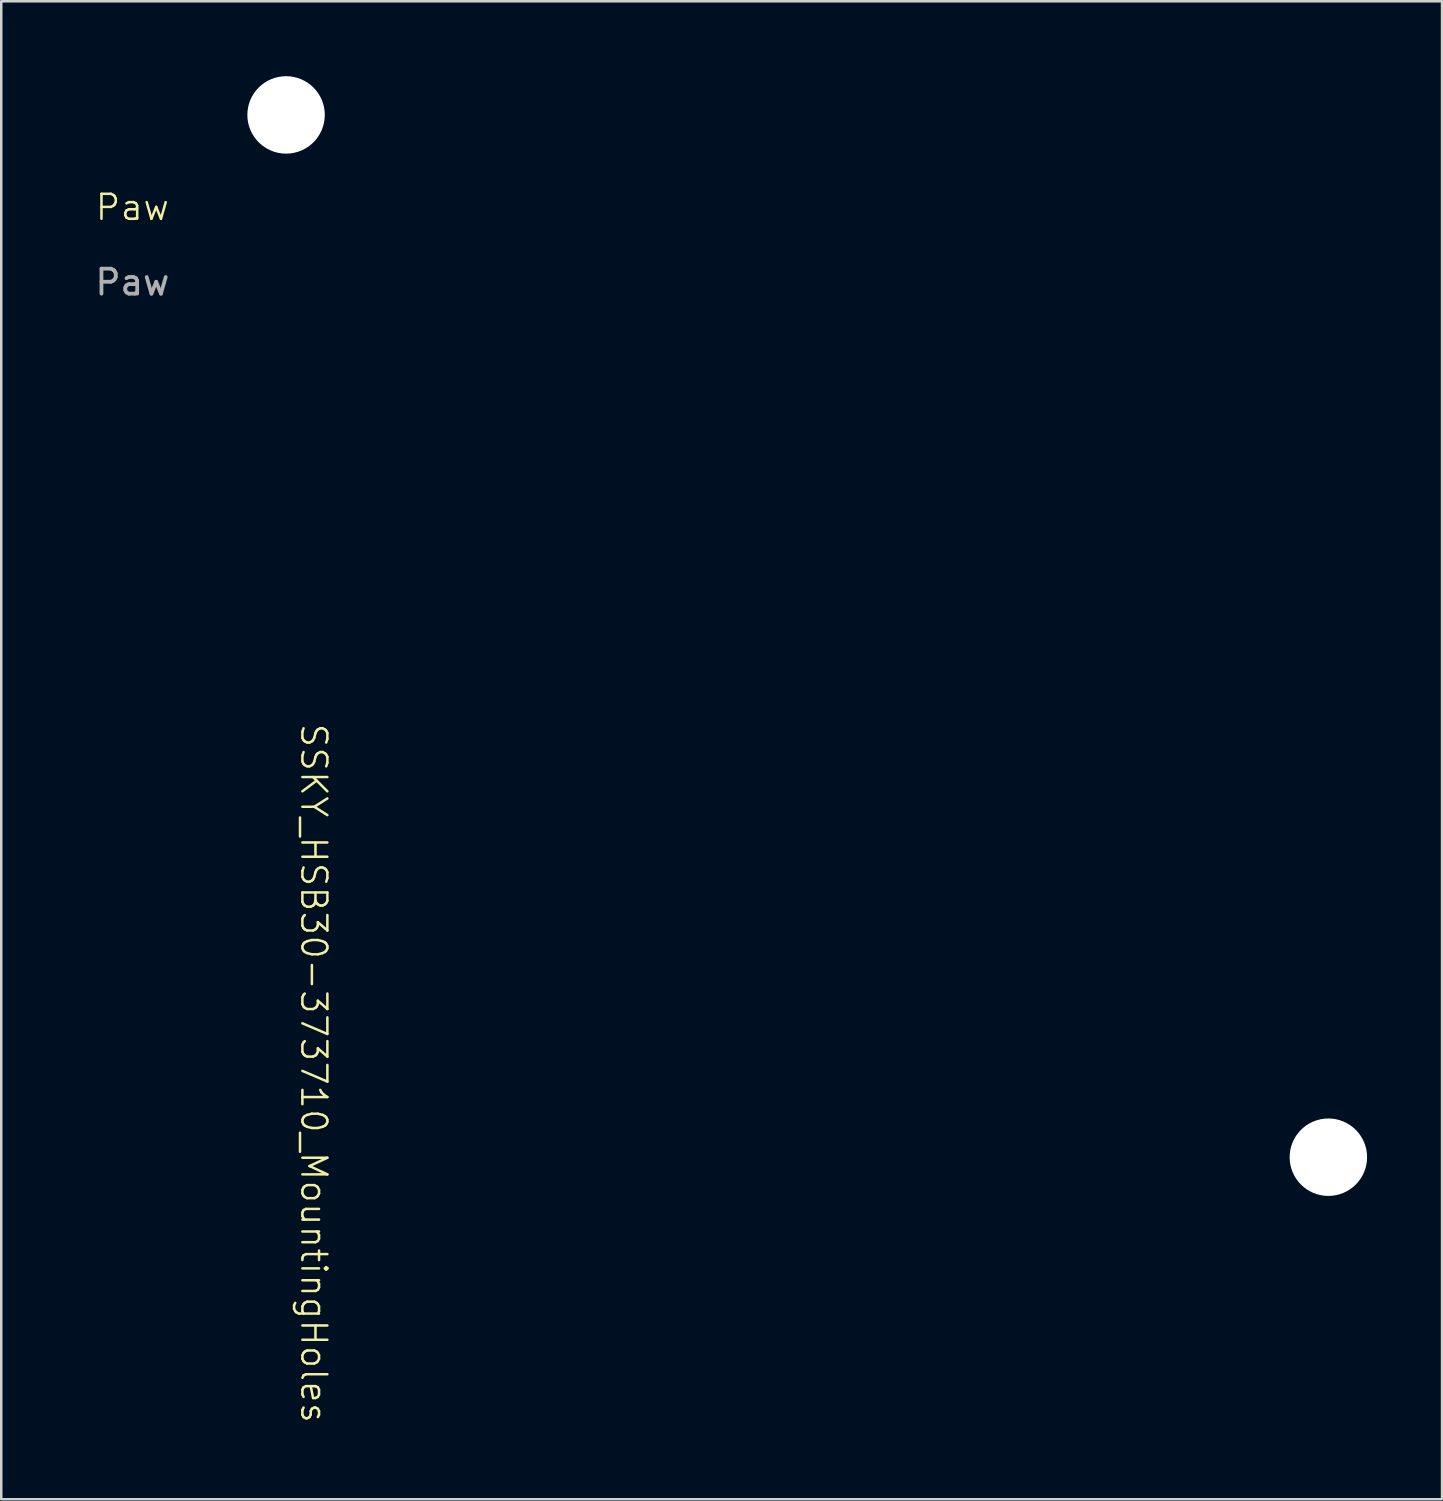
<source format=kicad_pcb>
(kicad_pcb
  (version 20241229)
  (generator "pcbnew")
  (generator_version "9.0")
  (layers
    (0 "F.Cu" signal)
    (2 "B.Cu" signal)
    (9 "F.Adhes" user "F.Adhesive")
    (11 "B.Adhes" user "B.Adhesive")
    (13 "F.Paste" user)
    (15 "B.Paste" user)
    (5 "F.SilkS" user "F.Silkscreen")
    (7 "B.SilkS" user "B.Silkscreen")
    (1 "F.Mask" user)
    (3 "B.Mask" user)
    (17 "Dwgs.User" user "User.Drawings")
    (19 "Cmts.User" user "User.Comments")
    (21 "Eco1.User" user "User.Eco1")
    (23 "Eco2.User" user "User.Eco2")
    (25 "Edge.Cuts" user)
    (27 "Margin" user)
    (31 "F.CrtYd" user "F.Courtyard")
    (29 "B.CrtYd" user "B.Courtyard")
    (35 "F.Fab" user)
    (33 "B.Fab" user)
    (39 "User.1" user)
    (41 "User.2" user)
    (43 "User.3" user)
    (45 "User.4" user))
  (footprint "Paw"
    (layer "F.Cu")
    (at 0.25 0.25)
    (property "Reference" "Paw" (at 2 5 0) (unlocked yes) (layer "F.SilkS") (effects (font (size 1 1) (thickness 0.1))))
    (attr board_only exclude_from_pos_files exclude_from_bom allow_missing_courtyard)
    (fp_poly (pts (xy 0.589 0.000471) (xy 0.6 0.002) (xy 0.612 0.004) (xy 0.623 0.007) (xy 0.635 0.011) (xy 0.646 0.016) (xy 0.656 0.022) (xy 0.667 0.028) (xy 0.677 0.036) (xy 0.687 0.044) (xy 0.706 0.062) (xy 0.724 0.083) (xy 0.741 0.106) (xy 0.756 0.132) (xy 0.769 0.16) (xy 0.781 0.189) (xy 0.791 0.221) (xy 0.798 0.254) (xy 0.804 0.289) (xy 0.808 0.325) (xy 0.809 0.362) (xy 0.809 0.381) (xy 0.808 0.399) (xy 0.806 0.417) (xy 0.804 0.435) (xy 0.802 0.452) (xy 0.798 0.47) (xy 0.795 0.486) (xy 0.791 0.503) (xy 0.786 0.519) (xy 0.781 0.534) (xy 0.775 0.55) (xy 0.769 0.564) (xy 0.763 0.578) (xy 0.756 0.592) (xy 0.749 0.605) (xy 0.741 0.618) (xy 0.733 0.63) (xy 0.724 0.641) (xy 0.716 0.652) (xy 0.706 0.662) (xy 0.697 0.671) (xy 0.687 0.68) (xy 0.677 0.688) (xy 0.667 0.695) (xy 0.656 0.702) (xy 0.646 0.708) (xy 0.635 0.712) (xy 0.623 0.717) (xy 0.612 0.72) (xy 0.6 0.722) (xy 0.589 0.723) (xy 0.577 0.724) (xy 0.565 0.723) (xy 0.553 0.722) (xy 0.541 0.72) (xy 0.53 0.717) (xy 0.519 0.712) (xy 0.508 0.708) (xy 0.497 0.702) (xy 0.486 0.695) (xy 0.476 0.688) (xy 0.466 0.68) (xy 0.447 0.662) (xy 0.429 0.641) (xy 0.412 0.618) (xy 0.397 0.592) (xy 0.384 0.564) (xy 0.372 0.534) (xy 0.363 0.503) (xy 0.355 0.47) (xy 0.349 0.435) (xy 0.346 0.399) (xy 0.344 0.362) (xy 0.345 0.343) (xy 0.346 0.325) (xy 0.347 0.307) (xy 0.349 0.289) (xy 0.352 0.271) (xy 0.355 0.254) (xy 0.358 0.237) (xy 0.363 0.221) (xy 0.367 0.205) (xy 0.372 0.189) (xy 0.378 0.174) (xy 0.384 0.16) (xy 0.391 0.145) (xy 0.397 0.132) (xy 0.405 0.119) (xy 0.412 0.106) (xy 0.42 0.094) (xy 0.429 0.083) (xy 0.438 0.072) (xy 0.447 0.062) (xy 0.456 0.052) (xy 0.466 0.044) (xy 0.476 0.036) (xy 0.486 0.028) (xy 0.497 0.022) (xy 0.508 0.016) (xy 0.519 0.011) (xy 0.53 0.007) (xy 0.541 0.004) (xy 0.553 0.002) (xy 0.565 0.000471) (xy 0.577 0)) (stroke (width -0.000001) (type solid)) (fill yes) (layer "F.Mask"))
    (fp_poly (pts (xy 1.129 0.000471) (xy 1.14 0.002) (xy 1.152 0.004) (xy 1.163 0.007) (xy 1.175 0.011) (xy 1.186 0.016) (xy 1.197 0.022) (xy 1.207 0.028) (xy 1.217 0.036) (xy 1.227 0.044) (xy 1.247 0.062) (xy 1.264 0.083) (xy 1.281 0.106) (xy 1.296 0.132) (xy 1.309 0.16) (xy 1.321 0.189) (xy 1.331 0.221) (xy 1.338 0.254) (xy 1.344 0.289) (xy 1.348 0.325) (xy 1.349 0.362) (xy 1.349 0.381) (xy 1.348 0.399) (xy 1.346 0.417) (xy 1.344 0.435) (xy 1.342 0.452) (xy 1.338 0.47) (xy 1.335 0.486) (xy 1.331 0.503) (xy 1.326 0.519) (xy 1.321 0.534) (xy 1.315 0.55) (xy 1.309 0.564) (xy 1.303 0.578) (xy 1.296 0.592) (xy 1.289 0.605) (xy 1.281 0.618) (xy 1.273 0.63) (xy 1.264 0.641) (xy 1.256 0.652) (xy 1.247 0.662) (xy 1.237 0.671) (xy 1.227 0.68) (xy 1.217 0.688) (xy 1.207 0.695) (xy 1.197 0.702) (xy 1.186 0.708) (xy 1.175 0.712) (xy 1.163 0.717) (xy 1.152 0.72) (xy 1.14 0.722) (xy 1.129 0.723) (xy 1.117 0.724) (xy 1.105 0.723) (xy 1.093 0.722) (xy 1.081 0.72) (xy 1.07 0.717) (xy 1.059 0.712) (xy 1.048 0.708) (xy 1.037 0.702) (xy 1.026 0.695) (xy 1.016 0.688) (xy 1.006 0.68) (xy 0.987 0.662) (xy 0.969 0.641) (xy 0.952 0.618) (xy 0.937 0.592) (xy 0.924 0.564) (xy 0.912 0.534) (xy 0.903 0.503) (xy 0.895 0.47) (xy 0.889 0.435) (xy 0.886 0.399) (xy 0.884 0.362) (xy 0.885 0.343) (xy 0.886 0.325) (xy 0.887 0.307) (xy 0.889 0.289) (xy 0.892 0.271) (xy 0.895 0.254) (xy 0.898 0.237) (xy 0.903 0.221) (xy 0.907 0.205) (xy 0.912 0.189) (xy 0.918 0.174) (xy 0.924 0.16) (xy 0.931 0.145) (xy 0.937 0.132) (xy 0.945 0.119) (xy 0.952 0.106) (xy 0.96 0.094) (xy 0.969 0.083) (xy 0.978 0.072) (xy 0.987 0.062) (xy 0.996 0.052) (xy 1.006 0.044) (xy 1.016 0.036) (xy 1.026 0.028) (xy 1.037 0.022) (xy 1.048 0.016) (xy 1.059 0.011) (xy 1.07 0.007) (xy 1.081 0.004) (xy 1.093 0.002) (xy 1.105 0.000471) (xy 1.117 0)) (stroke (width -0.000001) (type solid)) (fill yes) (layer "F.Mask"))
    (fp_poly (pts (xy 1.539 0.53) (xy 1.548 0.53) (xy 1.558 0.532) (xy 1.567 0.534) (xy 1.576 0.537) (xy 1.585 0.541) (xy 1.594 0.545) (xy 1.602 0.55) (xy 1.61 0.556) (xy 1.617 0.562) (xy 1.624 0.569) (xy 1.631 0.576) (xy 1.637 0.584) (xy 1.642 0.593) (xy 1.648 0.602) (xy 1.652 0.611) (xy 1.66 0.631) (xy 1.666 0.652) (xy 1.67 0.675) (xy 1.673 0.699) (xy 1.673 0.724) (xy 1.672 0.75) (xy 1.668 0.777) (xy 1.663 0.804) (xy 1.655 0.831) (xy 1.645 0.859) (xy 1.634 0.887) (xy 1.627 0.9) (xy 1.62 0.914) (xy 1.613 0.926) (xy 1.605 0.939) (xy 1.597 0.951) (xy 1.589 0.962) (xy 1.581 0.974) (xy 1.572 0.984) (xy 1.563 0.995) (xy 1.554 1.004) (xy 1.545 1.014) (xy 1.536 1.022) (xy 1.526 1.031) (xy 1.516 1.038) (xy 1.506 1.045) (xy 1.496 1.052) (xy 1.486 1.058) (xy 1.476 1.064) (xy 1.466 1.069) (xy 1.456 1.073) (xy 1.446 1.077) (xy 1.436 1.08) (xy 1.426 1.082) (xy 1.416 1.084) (xy 1.406 1.085) (xy 1.396 1.086) (xy 1.386 1.086) (xy 1.376 1.085) (xy 1.367 1.083) (xy 1.357 1.081) (xy 1.348 1.078) (xy 1.339 1.074) (xy 1.331 1.07) (xy 1.322 1.065) (xy 1.315 1.059) (xy 1.307 1.053) (xy 1.3 1.046) (xy 1.294 1.039) (xy 1.288 1.031) (xy 1.282 1.023) (xy 1.277 1.014) (xy 1.273 1.005) (xy 1.265 0.985) (xy 1.258 0.963) (xy 1.254 0.94) (xy 1.252 0.916) (xy 1.252 0.891) (xy 1.253 0.865) (xy 1.257 0.839) (xy 1.262 0.812) (xy 1.27 0.784) (xy 1.279 0.756) (xy 1.291 0.729) (xy 1.298 0.715) (xy 1.305 0.702) (xy 1.312 0.689) (xy 1.319 0.677) (xy 1.327 0.664) (xy 1.335 0.653) (xy 1.344 0.642) (xy 1.353 0.631) (xy 1.361 0.621) (xy 1.37 0.611) (xy 1.38 0.602) (xy 1.389 0.593) (xy 1.399 0.585) (xy 1.409 0.577) (xy 1.418 0.57) (xy 1.428 0.563) (xy 1.438 0.557) (xy 1.448 0.552) (xy 1.459 0.547) (xy 1.469 0.542) (xy 1.479 0.539) (xy 1.489 0.535) (xy 1.499 0.533) (xy 1.509 0.531) (xy 1.519 0.53) (xy 1.529 0.529)) (stroke (width -0.000001) (type solid)) (fill yes) (layer "F.Mask"))
    (fp_poly (pts (xy 0.174 0.53) (xy 0.184 0.531) (xy 0.194 0.533) (xy 0.204 0.536) (xy 0.214 0.539) (xy 0.225 0.542) (xy 0.235 0.547) (xy 0.245 0.552) (xy 0.255 0.557) (xy 0.265 0.563) (xy 0.275 0.57) (xy 0.285 0.577) (xy 0.294 0.585) (xy 0.304 0.593) (xy 0.314 0.602) (xy 0.323 0.611) (xy 0.332 0.621) (xy 0.341 0.631) (xy 0.349 0.642) (xy 0.358 0.653) (xy 0.366 0.665) (xy 0.374 0.677) (xy 0.381 0.689) (xy 0.389 0.702) (xy 0.396 0.715) (xy 0.402 0.729) (xy 0.408 0.743) (xy 0.414 0.756) (xy 0.419 0.77) (xy 0.423 0.784) (xy 0.428 0.798) (xy 0.431 0.812) (xy 0.434 0.825) (xy 0.437 0.839) (xy 0.439 0.852) (xy 0.44 0.865) (xy 0.441 0.878) (xy 0.442 0.891) (xy 0.442 0.904) (xy 0.441 0.916) (xy 0.44 0.929) (xy 0.439 0.94) (xy 0.437 0.952) (xy 0.435 0.963) (xy 0.432 0.974) (xy 0.429 0.985) (xy 0.425 0.995) (xy 0.421 1.005) (xy 0.416 1.014) (xy 0.411 1.023) (xy 0.405 1.031) (xy 0.399 1.039) (xy 0.393 1.046) (xy 0.386 1.053) (xy 0.379 1.059) (xy 0.371 1.065) (xy 0.363 1.07) (xy 0.354 1.074) (xy 0.345 1.078) (xy 0.336 1.081) (xy 0.327 1.083) (xy 0.317 1.085) (xy 0.307 1.086) (xy 0.298 1.086) (xy 0.288 1.085) (xy 0.278 1.084) (xy 0.268 1.082) (xy 0.258 1.08) (xy 0.247 1.077) (xy 0.237 1.073) (xy 0.227 1.069) (xy 0.217 1.064) (xy 0.207 1.058) (xy 0.197 1.052) (xy 0.187 1.045) (xy 0.177 1.038) (xy 0.167 1.031) (xy 0.158 1.022) (xy 0.148 1.014) (xy 0.139 1.004) (xy 0.13 0.995) (xy 0.121 0.984) (xy 0.112 0.974) (xy 0.104 0.962) (xy 0.096 0.951) (xy 0.088 0.939) (xy 0.08 0.926) (xy 0.073 0.914) (xy 0.066 0.9) (xy 0.06 0.887) (xy 0.054 0.873) (xy 0.048 0.859) (xy 0.043 0.845) (xy 0.038 0.831) (xy 0.034 0.818) (xy 0.031 0.804) (xy 0.028 0.79) (xy 0.025 0.777) (xy 0.023 0.763) (xy 0.022 0.75) (xy 0.021 0.737) (xy 0.02 0.724) (xy 0.02 0.711) (xy 0.021 0.699) (xy 0.021 0.687) (xy 0.023 0.675) (xy 0.025 0.663) (xy 0.027 0.652) (xy 0.03 0.641) (xy 0.033 0.631) (xy 0.037 0.621) (xy 0.041 0.611) (xy 0.046 0.602) (xy 0.051 0.593) (xy 0.056 0.584) (xy 0.062 0.576) (xy 0.069 0.569) (xy 0.076 0.562) (xy 0.083 0.556) (xy 0.091 0.55) (xy 0.099 0.545) (xy 0.108 0.541) (xy 0.117 0.537) (xy 0.126 0.534) (xy 0.135 0.532) (xy 0.145 0.53) (xy 0.155 0.53) (xy 0.164 0.529)) (stroke (width -0.000001) (type solid)) (fill yes) (layer "F.Mask"))
    (fp_poly (pts (xy 0.901 0.873) (xy 0.917 0.874) (xy 0.928 0.876) (xy 0.94 0.877) (xy 0.954 0.88) (xy 0.969 0.883) (xy 0.985 0.887) (xy 1.002 0.892) (xy 1.02 0.898) (xy 1.028 0.901) (xy 1.037 0.905) (xy 1.046 0.909) (xy 1.054 0.914) (xy 1.063 0.919) (xy 1.071 0.924) (xy 1.079 0.929) (xy 1.087 0.936) (xy 1.095 0.942) (xy 1.103 0.949) (xy 1.124 0.971) (xy 1.146 0.994) (xy 1.168 1.02) (xy 1.189 1.046) (xy 1.232 1.101) (xy 1.27 1.154) (xy 1.304 1.202) (xy 1.33 1.241) (xy 1.354 1.277) (xy 1.379 1.317) (xy 1.4 1.353) (xy 1.418 1.384) (xy 1.426 1.399) (xy 1.433 1.413) (xy 1.439 1.427) (xy 1.444 1.439) (xy 1.448 1.452) (xy 1.452 1.464) (xy 1.455 1.476) (xy 1.457 1.488) (xy 1.458 1.5) (xy 1.458 1.511) (xy 1.458 1.522) (xy 1.457 1.533) (xy 1.456 1.544) (xy 1.454 1.554) (xy 1.452 1.564) (xy 1.449 1.574) (xy 1.446 1.583) (xy 1.442 1.591) (xy 1.438 1.6) (xy 1.434 1.608) (xy 1.429 1.615) (xy 1.423 1.623) (xy 1.417 1.63) (xy 1.411 1.636) (xy 1.404 1.642) (xy 1.398 1.648) (xy 1.39 1.654) (xy 1.383 1.659) (xy 1.375 1.664) (xy 1.366 1.668) (xy 1.358 1.672) (xy 1.349 1.676) (xy 1.339 1.679) (xy 1.33 1.682) (xy 1.32 1.685) (xy 1.31 1.687) (xy 1.3 1.689) (xy 1.289 1.69) (xy 1.278 1.692) (xy 1.267 1.693) (xy 1.245 1.693) (xy 1.225 1.693) (xy 1.216 1.693) (xy 1.207 1.693) (xy 1.197 1.692) (xy 1.188 1.691) (xy 1.179 1.689) (xy 1.169 1.687) (xy 1.159 1.685) (xy 1.148 1.682) (xy 1.137 1.678) (xy 1.125 1.674) (xy 1.112 1.669) (xy 1.098 1.662) (xy 1.083 1.655) (xy 1.067 1.647) (xy 1.065 1.645) (xy 1.061 1.642) (xy 1.056 1.639) (xy 1.05 1.635) (xy 1.042 1.631) (xy 1.038 1.629) (xy 1.033 1.626) (xy 1.028 1.624) (xy 1.022 1.622) (xy 1.016 1.619) (xy 1.01 1.617) (xy 1.003 1.615) (xy 0.996 1.613) (xy 0.988 1.611) (xy 0.98 1.609) (xy 0.972 1.607) (xy 0.963 1.605) (xy 0.953 1.604) (xy 0.944 1.603) (xy 0.934 1.602) (xy 0.923 1.601) (xy 0.912 1.6) (xy 0.901 1.6) (xy 0.889 1.6) (xy 0.876 1.6) (xy 0.852 1.6) (xy 0.829 1.601) (xy 0.809 1.603) (xy 0.789 1.606) (xy 0.772 1.609) (xy 0.756 1.613) (xy 0.742 1.617) (xy 0.73 1.622) (xy 0.719 1.627) (xy 0.709 1.631) (xy 0.702 1.636) (xy 0.695 1.64) (xy 0.687 1.646) (xy 0.684 1.648) (xy 0.668 1.656) (xy 0.653 1.663) (xy 0.64 1.669) (xy 0.627 1.674) (xy 0.615 1.679) (xy 0.604 1.682) (xy 0.593 1.685) (xy 0.583 1.688) (xy 0.574 1.69) (xy 0.564 1.691) (xy 0.555 1.692) (xy 0.546 1.693) (xy 0.528 1.693) (xy 0.508 1.693) (xy 0.486 1.693) (xy 0.464 1.691) (xy 0.443 1.687) (xy 0.423 1.682) (xy 0.404 1.676) (xy 0.395 1.672) (xy 0.387 1.668) (xy 0.378 1.664) (xy 0.37 1.659) (xy 0.363 1.654) (xy 0.355 1.648) (xy 0.348 1.642) (xy 0.342 1.636) (xy 0.335 1.63) (xy 0.33 1.623) (xy 0.324 1.615) (xy 0.319 1.608) (xy 0.315 1.6) (xy 0.311 1.591) (xy 0.307 1.583) (xy 0.304 1.574) (xy 0.301 1.564) (xy 0.299 1.554) (xy 0.297 1.544) (xy 0.295 1.534) (xy 0.295 1.523) (xy 0.294 1.511) (xy 0.295 1.5) (xy 0.296 1.488) (xy 0.298 1.476) (xy 0.301 1.464) (xy 0.304 1.452) (xy 0.309 1.44) (xy 0.314 1.427) (xy 0.32 1.413) (xy 0.327 1.399) (xy 0.335 1.384) (xy 0.343 1.369) (xy 0.353 1.353) (xy 0.374 1.317) (xy 0.399 1.277) (xy 0.422 1.241) (xy 0.448 1.201) (xy 0.481 1.153) (xy 0.5 1.126) (xy 0.52 1.099) (xy 0.54 1.072) (xy 0.562 1.045) (xy 0.584 1.018) (xy 0.606 0.993) (xy 0.628 0.97) (xy 0.65 0.949) (xy 0.658 0.942) (xy 0.667 0.936) (xy 0.683 0.924) (xy 0.701 0.914) (xy 0.718 0.905) (xy 0.736 0.898) (xy 0.753 0.892) (xy 0.77 0.887) (xy 0.786 0.883) (xy 0.8 0.88) (xy 0.814 0.877) (xy 0.837 0.874) (xy 0.857 0.873) (xy 0.895 0.873) (xy 0.895 0.873)) (stroke (width -0.000001) (type solid)) (fill yes) (layer "F.Mask"))
    (fp_text user "${REFERENCE}" (at 2 8 0) (unlocked yes) (layer "F.Fab") (effects (font (size 1 1) (thickness 0.15)))))
  (footprint "SSKY_HSB30-373710_MountingHoles"
    (layer "F.Cu")
    (at 29.261 22.41)
    (property "Reference" "SSKY_HSB30-373710_MountingHoles" (at -19.75 17.5 270) (unlocked yes) (layer "F.SilkS") (effects (font (size 1 1) (thickness 0.1))))
    (pad "" np_thru_hole circle (at -20.86 -20.86 180) (size 3.1 3.1) (drill 3.1) (layers "*.Cu" "*.Mask"))
    (pad "" np_thru_hole circle (at 20.86 20.86) (size 3.1 3.1) (drill 3.1) (layers "*.Cu" "*.Mask")))
  (gr_rect
    (start -3 -3)
    (end 54.671 56.96)
    (stroke (width 0.1) (type default))
    (fill no)
    (layer "Edge.Cuts")))
</source>
